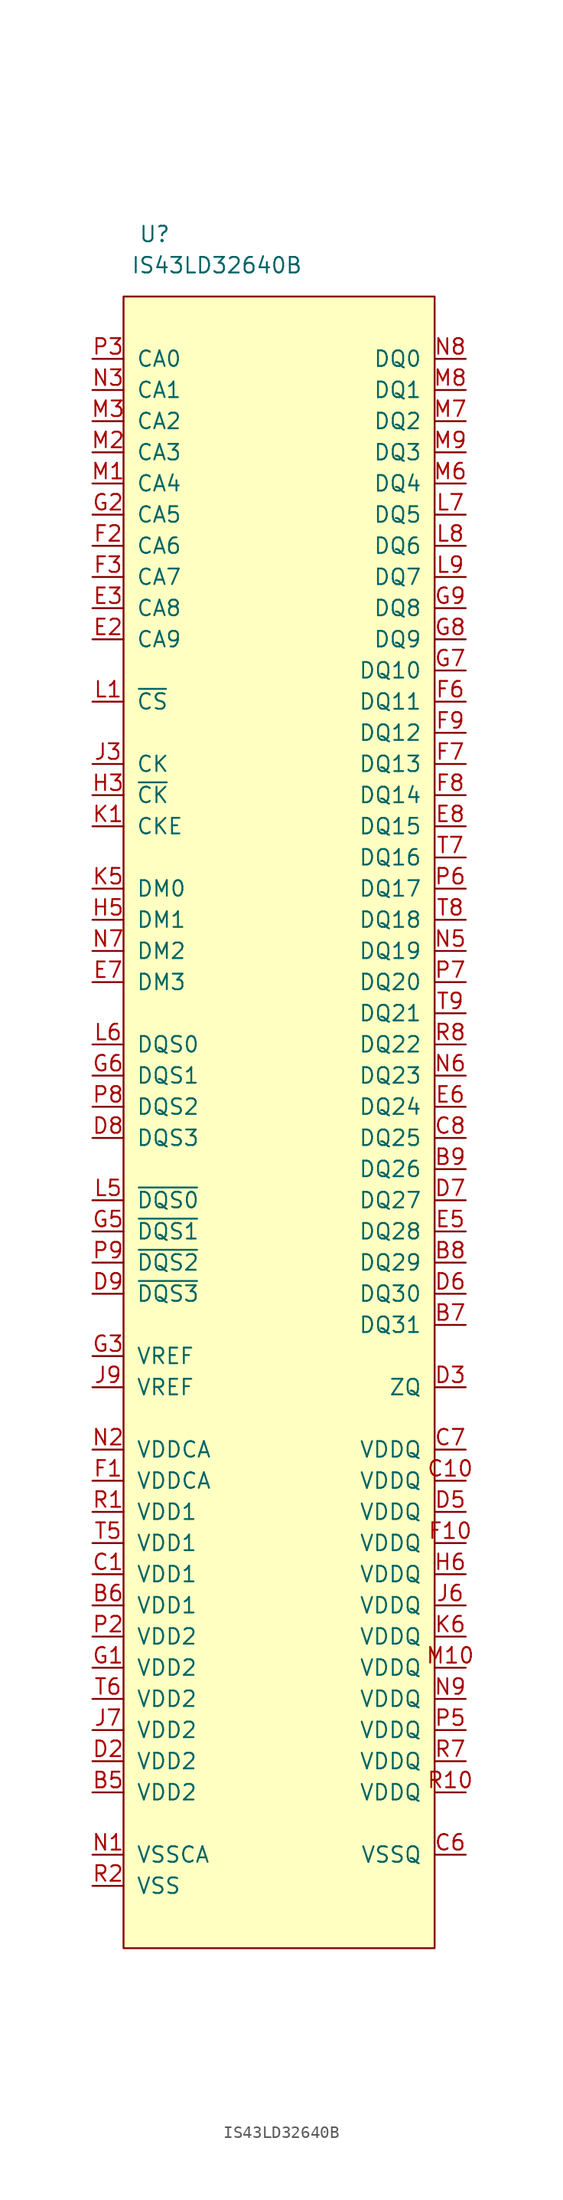
<source format=kicad_sym>
(kicad_symbol_lib
  (version 20201005)
  (generator kicad_symbol_editor)
  (symbol "symbols:IS43LD32640B"
    (pin_names
      (offset 1.016))
    (property "Reference" "U"
      (at -10.16 25.4 0)
      (effects (font (size 1.27 1.27))))
    (property "Value" "IS43LD32640B"
      (at -5.08 22.86 0)
      (effects (font (size 1.27 1.27))))
    (symbol "IS43LD32640B_0_1"
      (rectangle (start -12.7 20.32) (end 12.7 -114.3) (stroke (width 0)) (fill (type background))))
    (symbol "IS43LD32640B_1_1"
      (pin power_in line (at -15.24 -101.6 0) (length 2.54) (name "VDD2" (effects (font (size 1.27 1.27)))) (number "B5" (effects (font (size 1.27 1.27)))))
      (pin power_in line (at -15.24 -86.36 0) (length 2.54) (name "VDD1" (effects (font (size 1.27 1.27)))) (number "B6" (effects (font (size 1.27 1.27)))))
      (pin bidirectional line (at 15.24 -63.5 180) (length 2.54) (name "DQ31" (effects (font (size 1.27 1.27)))) (number "B7" (effects (font (size 1.27 1.27)))))
      (pin bidirectional line (at 15.24 -58.42 180) (length 2.54) (name "DQ29" (effects (font (size 1.27 1.27)))) (number "B8" (effects (font (size 1.27 1.27)))))
      (pin bidirectional line (at 15.24 -50.8 180) (length 2.54) (name "DQ26" (effects (font (size 1.27 1.27)))) (number "B9" (effects (font (size 1.27 1.27)))))
      (pin power_in line (at -15.24 -83.82 0) (length 2.54) (name "VDD1" (effects (font (size 1.27 1.27)))) (number "C1" (effects (font (size 1.27 1.27)))))
      (pin power_in line (at 15.24 -76.2 180) (length 2.54) (name "VDDQ" (effects (font (size 1.27 1.27)))) (number "C10" (effects (font (size 1.27 1.27)))))
      (pin power_in line (at -15.24 -109.22 0) (length 2.54) hide (name "VSS" (effects (font (size 1.27 1.27)))) (number "C2" (effects (font (size 1.27 1.27)))))
      (pin power_in line (at -15.24 -109.22 0) (length 2.54) hide (name "VSS" (effects (font (size 1.27 1.27)))) (number "C5" (effects (font (size 1.27 1.27)))))
      (pin power_in line (at 15.24 -106.68 180) (length 2.54) (name "VSSQ" (effects (font (size 1.27 1.27)))) (number "C6" (effects (font (size 1.27 1.27)))))
      (pin power_in line (at 15.24 -73.66 180) (length 2.54) (name "VDDQ" (effects (font (size 1.27 1.27)))) (number "C7" (effects (font (size 1.27 1.27)))))
      (pin bidirectional line (at 15.24 -48.26 180) (length 2.54) (name "DQ25" (effects (font (size 1.27 1.27)))) (number "C8" (effects (font (size 1.27 1.27)))))
      (pin power_in line (at 15.24 -106.68 180) (length 2.54) hide (name "VSSQ" (effects (font (size 1.27 1.27)))) (number "C9" (effects (font (size 1.27 1.27)))))
      (pin power_in line (at -15.24 -109.22 0) (length 2.54) hide (name "VSS" (effects (font (size 1.27 1.27)))) (number "D1" (effects (font (size 1.27 1.27)))))
      (pin power_in line (at 15.24 -106.68 180) (length 2.54) hide (name "VSSQ" (effects (font (size 1.27 1.27)))) (number "D10" (effects (font (size 1.27 1.27)))))
      (pin power_in line (at -15.24 -99.06 0) (length 2.54) (name "VDD2" (effects (font (size 1.27 1.27)))) (number "D2" (effects (font (size 1.27 1.27)))))
      (pin power_in line (at 15.24 -68.58 180) (length 2.54) (name "ZQ" (effects (font (size 1.27 1.27)))) (number "D3" (effects (font (size 1.27 1.27)))))
      (pin power_in line (at 15.24 -78.74 180) (length 2.54) (name "VDDQ" (effects (font (size 1.27 1.27)))) (number "D5" (effects (font (size 1.27 1.27)))))
      (pin bidirectional line (at 15.24 -60.96 180) (length 2.54) (name "DQ30" (effects (font (size 1.27 1.27)))) (number "D6" (effects (font (size 1.27 1.27)))))
      (pin bidirectional line (at 15.24 -53.34 180) (length 2.54) (name "DQ27" (effects (font (size 1.27 1.27)))) (number "D7" (effects (font (size 1.27 1.27)))))
      (pin input line (at -15.24 -48.26 0) (length 2.54) (name "DQS3" (effects (font (size 1.27 1.27)))) (number "D8" (effects (font (size 1.27 1.27)))))
      (pin input line (at -15.24 -60.96 0) (length 2.54) (name "~DQS3" (effects (font (size 1.27 1.27)))) (number "D9" (effects (font (size 1.27 1.27)))))
      (pin power_in line (at -15.24 -106.68 0) (length 2.54) hide (name "VSSCA" (effects (font (size 1.27 1.27)))) (number "E1" (effects (font (size 1.27 1.27)))))
      (pin input line (at -15.24 -7.62 0) (length 2.54) (name "CA9" (effects (font (size 1.27 1.27)))) (number "E2" (effects (font (size 1.27 1.27)))))
      (pin input line (at -15.24 -5.08 0) (length 2.54) (name "CA8" (effects (font (size 1.27 1.27)))) (number "E3" (effects (font (size 1.27 1.27)))))
      (pin bidirectional line (at 15.24 -55.88 180) (length 2.54) (name "DQ28" (effects (font (size 1.27 1.27)))) (number "E5" (effects (font (size 1.27 1.27)))))
      (pin bidirectional line (at 15.24 -45.72 180) (length 2.54) (name "DQ24" (effects (font (size 1.27 1.27)))) (number "E6" (effects (font (size 1.27 1.27)))))
      (pin input line (at -15.24 -35.56 0) (length 2.54) (name "DM3" (effects (font (size 1.27 1.27)))) (number "E7" (effects (font (size 1.27 1.27)))))
      (pin bidirectional line (at 15.24 -22.86 180) (length 2.54) (name "DQ15" (effects (font (size 1.27 1.27)))) (number "E8" (effects (font (size 1.27 1.27)))))
      (pin power_in line (at -15.24 -76.2 0) (length 2.54) (name "VDDCA" (effects (font (size 1.27 1.27)))) (number "F1" (effects (font (size 1.27 1.27)))))
      (pin power_in line (at 15.24 -81.28 180) (length 2.54) (name "VDDQ" (effects (font (size 1.27 1.27)))) (number "F10" (effects (font (size 1.27 1.27)))))
      (pin input line (at -15.24 0 0) (length 2.54) (name "CA6" (effects (font (size 1.27 1.27)))) (number "F2" (effects (font (size 1.27 1.27)))))
      (pin input line (at -15.24 -2.54 0) (length 2.54) (name "CA7" (effects (font (size 1.27 1.27)))) (number "F3" (effects (font (size 1.27 1.27)))))
      (pin power_in line (at 15.24 -106.68 180) (length 2.54) hide (name "VSSQ" (effects (font (size 1.27 1.27)))) (number "F5" (effects (font (size 1.27 1.27)))))
      (pin bidirectional line (at 15.24 -12.7 180) (length 2.54) (name "DQ11" (effects (font (size 1.27 1.27)))) (number "F6" (effects (font (size 1.27 1.27)))))
      (pin bidirectional line (at 15.24 -17.78 180) (length 2.54) (name "DQ13" (effects (font (size 1.27 1.27)))) (number "F7" (effects (font (size 1.27 1.27)))))
      (pin bidirectional line (at 15.24 -20.32 180) (length 2.54) (name "DQ14" (effects (font (size 1.27 1.27)))) (number "F8" (effects (font (size 1.27 1.27)))))
      (pin bidirectional line (at 15.24 -15.24 180) (length 2.54) (name "DQ12" (effects (font (size 1.27 1.27)))) (number "F9" (effects (font (size 1.27 1.27)))))
      (pin power_in line (at -15.24 -91.44 0) (length 2.54) (name "VDD2" (effects (font (size 1.27 1.27)))) (number "G1" (effects (font (size 1.27 1.27)))))
      (pin power_in line (at 15.24 -106.68 180) (length 2.54) hide (name "VSSQ" (effects (font (size 1.27 1.27)))) (number "G10" (effects (font (size 1.27 1.27)))))
      (pin input line (at -15.24 2.54 0) (length 2.54) (name "CA5" (effects (font (size 1.27 1.27)))) (number "G2" (effects (font (size 1.27 1.27)))))
      (pin power_in line (at -15.24 -66.04 0) (length 2.54) (name "VREF" (effects (font (size 1.27 1.27)))) (number "G3" (effects (font (size 1.27 1.27)))))
      (pin input line (at -15.24 -55.88 0) (length 2.54) (name "~DQS1" (effects (font (size 1.27 1.27)))) (number "G5" (effects (font (size 1.27 1.27)))))
      (pin input line (at -15.24 -43.18 0) (length 2.54) (name "DQS1" (effects (font (size 1.27 1.27)))) (number "G6" (effects (font (size 1.27 1.27)))))
      (pin bidirectional line (at 15.24 -10.16 180) (length 2.54) (name "DQ10" (effects (font (size 1.27 1.27)))) (number "G7" (effects (font (size 1.27 1.27)))))
      (pin bidirectional line (at 15.24 -7.62 180) (length 2.54) (name "DQ9" (effects (font (size 1.27 1.27)))) (number "G8" (effects (font (size 1.27 1.27)))))
      (pin bidirectional line (at 15.24 -5.08 180) (length 2.54) (name "DQ8" (effects (font (size 1.27 1.27)))) (number "G9" (effects (font (size 1.27 1.27)))))
      (pin power_in line (at -15.24 -109.22 0) (length 2.54) hide (name "VSS" (effects (font (size 1.27 1.27)))) (number "H2" (effects (font (size 1.27 1.27)))))
      (pin input line (at -15.24 -20.32 0) (length 2.54) (name "~CK" (effects (font (size 1.27 1.27)))) (number "H3" (effects (font (size 1.27 1.27)))))
      (pin input line (at -15.24 -30.48 0) (length 2.54) (name "DM1" (effects (font (size 1.27 1.27)))) (number "H5" (effects (font (size 1.27 1.27)))))
      (pin power_in line (at 15.24 -83.82 180) (length 2.54) (name "VDDQ" (effects (font (size 1.27 1.27)))) (number "H6" (effects (font (size 1.27 1.27)))))
      (pin power_in line (at -15.24 -106.68 0) (length 2.54) hide (name "VSSCA" (effects (font (size 1.27 1.27)))) (number "J1" (effects (font (size 1.27 1.27)))))
      (pin input line (at -15.24 -17.78 0) (length 2.54) (name "CK" (effects (font (size 1.27 1.27)))) (number "J3" (effects (font (size 1.27 1.27)))))
      (pin power_in line (at 15.24 -106.68 180) (length 2.54) hide (name "VSSQ" (effects (font (size 1.27 1.27)))) (number "J5" (effects (font (size 1.27 1.27)))))
      (pin power_in line (at 15.24 -86.36 180) (length 2.54) (name "VDDQ" (effects (font (size 1.27 1.27)))) (number "J6" (effects (font (size 1.27 1.27)))))
      (pin power_in line (at -15.24 -96.52 0) (length 2.54) (name "VDD2" (effects (font (size 1.27 1.27)))) (number "J7" (effects (font (size 1.27 1.27)))))
      (pin power_in line (at -15.24 -109.22 0) (length 2.54) hide (name "VSS" (effects (font (size 1.27 1.27)))) (number "J8" (effects (font (size 1.27 1.27)))))
      (pin power_in line (at -15.24 -68.58 0) (length 2.54) (name "VREF" (effects (font (size 1.27 1.27)))) (number "J9" (effects (font (size 1.27 1.27)))))
      (pin input line (at -15.24 -22.86 0) (length 2.54) (name "CKE" (effects (font (size 1.27 1.27)))) (number "K1" (effects (font (size 1.27 1.27)))))
      (pin input line (at -15.24 -27.94 0) (length 2.54) (name "DM0" (effects (font (size 1.27 1.27)))) (number "K5" (effects (font (size 1.27 1.27)))))
      (pin power_in line (at 15.24 -88.9 180) (length 2.54) (name "VDDQ" (effects (font (size 1.27 1.27)))) (number "K6" (effects (font (size 1.27 1.27)))))
      (pin input line (at -15.24 -12.7 0) (length 2.54) (name "~CS" (effects (font (size 1.27 1.27)))) (number "L1" (effects (font (size 1.27 1.27)))))
      (pin power_in line (at 15.24 -106.68 180) (length 2.54) hide (name "VSSQ" (effects (font (size 1.27 1.27)))) (number "L10" (effects (font (size 1.27 1.27)))))
      (pin input line (at -15.24 -53.34 0) (length 2.54) (name "~DQS0" (effects (font (size 1.27 1.27)))) (number "L5" (effects (font (size 1.27 1.27)))))
      (pin input line (at -15.24 -40.64 0) (length 2.54) (name "DQS0" (effects (font (size 1.27 1.27)))) (number "L6" (effects (font (size 1.27 1.27)))))
      (pin bidirectional line (at 15.24 2.54 180) (length 2.54) (name "DQ5" (effects (font (size 1.27 1.27)))) (number "L7" (effects (font (size 1.27 1.27)))))
      (pin bidirectional line (at 15.24 0 180) (length 2.54) (name "DQ6" (effects (font (size 1.27 1.27)))) (number "L8" (effects (font (size 1.27 1.27)))))
      (pin bidirectional line (at 15.24 -2.54 180) (length 2.54) (name "DQ7" (effects (font (size 1.27 1.27)))) (number "L9" (effects (font (size 1.27 1.27)))))
      (pin input line (at -15.24 5.08 0) (length 2.54) (name "CA4" (effects (font (size 1.27 1.27)))) (number "M1" (effects (font (size 1.27 1.27)))))
      (pin power_in line (at 15.24 -91.44 180) (length 2.54) (name "VDDQ" (effects (font (size 1.27 1.27)))) (number "M10" (effects (font (size 1.27 1.27)))))
      (pin input line (at -15.24 7.62 0) (length 2.54) (name "CA3" (effects (font (size 1.27 1.27)))) (number "M2" (effects (font (size 1.27 1.27)))))
      (pin input line (at -15.24 10.16 0) (length 2.54) (name "CA2" (effects (font (size 1.27 1.27)))) (number "M3" (effects (font (size 1.27 1.27)))))
      (pin power_in line (at 15.24 -106.68 180) (length 2.54) hide (name "VSSQ" (effects (font (size 1.27 1.27)))) (number "M5" (effects (font (size 1.27 1.27)))))
      (pin bidirectional line (at 15.24 5.08 180) (length 2.54) (name "DQ4" (effects (font (size 1.27 1.27)))) (number "M6" (effects (font (size 1.27 1.27)))))
      (pin bidirectional line (at 15.24 10.16 180) (length 2.54) (name "DQ2" (effects (font (size 1.27 1.27)))) (number "M7" (effects (font (size 1.27 1.27)))))
      (pin bidirectional line (at 15.24 12.7 180) (length 2.54) (name "DQ1" (effects (font (size 1.27 1.27)))) (number "M8" (effects (font (size 1.27 1.27)))))
      (pin bidirectional line (at 15.24 7.62 180) (length 2.54) (name "DQ3" (effects (font (size 1.27 1.27)))) (number "M9" (effects (font (size 1.27 1.27)))))
      (pin power_in line (at -15.24 -106.68 0) (length 2.54) (name "VSSCA" (effects (font (size 1.27 1.27)))) (number "N1" (effects (font (size 1.27 1.27)))))
      (pin power_in line (at 15.24 -106.68 180) (length 2.54) hide (name "VSSQ" (effects (font (size 1.27 1.27)))) (number "N10" (effects (font (size 1.27 1.27)))))
      (pin power_in line (at -15.24 -73.66 0) (length 2.54) (name "VDDCA" (effects (font (size 1.27 1.27)))) (number "N2" (effects (font (size 1.27 1.27)))))
      (pin input line (at -15.24 12.7 0) (length 2.54) (name "CA1" (effects (font (size 1.27 1.27)))) (number "N3" (effects (font (size 1.27 1.27)))))
      (pin bidirectional line (at 15.24 -33.02 180) (length 2.54) (name "DQ19" (effects (font (size 1.27 1.27)))) (number "N5" (effects (font (size 1.27 1.27)))))
      (pin bidirectional line (at 15.24 -43.18 180) (length 2.54) (name "DQ23" (effects (font (size 1.27 1.27)))) (number "N6" (effects (font (size 1.27 1.27)))))
      (pin input line (at -15.24 -33.02 0) (length 2.54) (name "DM2" (effects (font (size 1.27 1.27)))) (number "N7" (effects (font (size 1.27 1.27)))))
      (pin bidirectional line (at 15.24 15.24 180) (length 2.54) (name "DQ0" (effects (font (size 1.27 1.27)))) (number "N8" (effects (font (size 1.27 1.27)))))
      (pin power_in line (at 15.24 -93.98 180) (length 2.54) (name "VDDQ" (effects (font (size 1.27 1.27)))) (number "N9" (effects (font (size 1.27 1.27)))))
      (pin power_in line (at -15.24 -109.22 0) (length 2.54) hide (name "VSS" (effects (font (size 1.27 1.27)))) (number "P1" (effects (font (size 1.27 1.27)))))
      (pin power_in line (at 15.24 -106.68 180) (length 2.54) hide (name "VSSQ" (effects (font (size 1.27 1.27)))) (number "P10" (effects (font (size 1.27 1.27)))))
      (pin power_in line (at -15.24 -88.9 0) (length 2.54) (name "VDD2" (effects (font (size 1.27 1.27)))) (number "P2" (effects (font (size 1.27 1.27)))))
      (pin input line (at -15.24 15.24 0) (length 2.54) (name "CA0" (effects (font (size 1.27 1.27)))) (number "P3" (effects (font (size 1.27 1.27)))))
      (pin power_in line (at 15.24 -96.52 180) (length 2.54) (name "VDDQ" (effects (font (size 1.27 1.27)))) (number "P5" (effects (font (size 1.27 1.27)))))
      (pin bidirectional line (at 15.24 -27.94 180) (length 2.54) (name "DQ17" (effects (font (size 1.27 1.27)))) (number "P6" (effects (font (size 1.27 1.27)))))
      (pin bidirectional line (at 15.24 -35.56 180) (length 2.54) (name "DQ20" (effects (font (size 1.27 1.27)))) (number "P7" (effects (font (size 1.27 1.27)))))
      (pin input line (at -15.24 -45.72 0) (length 2.54) (name "DQS2" (effects (font (size 1.27 1.27)))) (number "P8" (effects (font (size 1.27 1.27)))))
      (pin input line (at -15.24 -58.42 0) (length 2.54) (name "~DQS2" (effects (font (size 1.27 1.27)))) (number "P9" (effects (font (size 1.27 1.27)))))
      (pin power_in line (at -15.24 -78.74 0) (length 2.54) (name "VDD1" (effects (font (size 1.27 1.27)))) (number "R1" (effects (font (size 1.27 1.27)))))
      (pin power_in line (at 15.24 -101.6 180) (length 2.54) (name "VDDQ" (effects (font (size 1.27 1.27)))) (number "R10" (effects (font (size 1.27 1.27)))))
      (pin power_in line (at -15.24 -109.22 0) (length 2.54) (name "VSS" (effects (font (size 1.27 1.27)))) (number "R2" (effects (font (size 1.27 1.27)))))
      (pin power_in line (at -15.24 -109.22 0) (length 2.54) hide (name "VSS" (effects (font (size 1.27 1.27)))) (number "R5" (effects (font (size 1.27 1.27)))))
      (pin power_in line (at 15.24 -106.68 180) (length 2.54) hide (name "VSSQ" (effects (font (size 1.27 1.27)))) (number "R6" (effects (font (size 1.27 1.27)))))
      (pin power_in line (at 15.24 -99.06 180) (length 2.54) (name "VDDQ" (effects (font (size 1.27 1.27)))) (number "R7" (effects (font (size 1.27 1.27)))))
      (pin bidirectional line (at 15.24 -40.64 180) (length 2.54) (name "DQ22" (effects (font (size 1.27 1.27)))) (number "R8" (effects (font (size 1.27 1.27)))))
      (pin power_in line (at 15.24 -106.68 180) (length 2.54) hide (name "VSSQ" (effects (font (size 1.27 1.27)))) (number "R9" (effects (font (size 1.27 1.27)))))
      (pin power_in line (at -15.24 -81.28 0) (length 2.54) (name "VDD1" (effects (font (size 1.27 1.27)))) (number "T5" (effects (font (size 1.27 1.27)))))
      (pin power_in line (at -15.24 -93.98 0) (length 2.54) (name "VDD2" (effects (font (size 1.27 1.27)))) (number "T6" (effects (font (size 1.27 1.27)))))
      (pin bidirectional line (at 15.24 -25.4 180) (length 2.54) (name "DQ16" (effects (font (size 1.27 1.27)))) (number "T7" (effects (font (size 1.27 1.27)))))
      (pin bidirectional line (at 15.24 -30.48 180) (length 2.54) (name "DQ18" (effects (font (size 1.27 1.27)))) (number "T8" (effects (font (size 1.27 1.27)))))
      (pin bidirectional line (at 15.24 -38.1 180) (length 2.54) (name "DQ21" (effects (font (size 1.27 1.27)))) (number "T9" (effects (font (size 1.27 1.27))))))))
</source>
